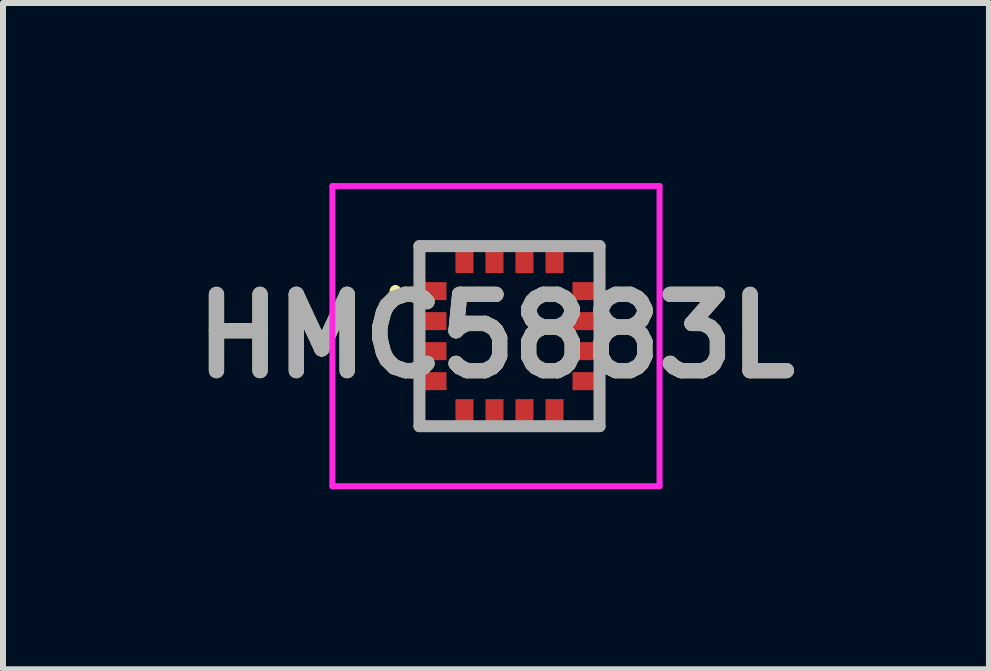
<source format=kicad_pcb>
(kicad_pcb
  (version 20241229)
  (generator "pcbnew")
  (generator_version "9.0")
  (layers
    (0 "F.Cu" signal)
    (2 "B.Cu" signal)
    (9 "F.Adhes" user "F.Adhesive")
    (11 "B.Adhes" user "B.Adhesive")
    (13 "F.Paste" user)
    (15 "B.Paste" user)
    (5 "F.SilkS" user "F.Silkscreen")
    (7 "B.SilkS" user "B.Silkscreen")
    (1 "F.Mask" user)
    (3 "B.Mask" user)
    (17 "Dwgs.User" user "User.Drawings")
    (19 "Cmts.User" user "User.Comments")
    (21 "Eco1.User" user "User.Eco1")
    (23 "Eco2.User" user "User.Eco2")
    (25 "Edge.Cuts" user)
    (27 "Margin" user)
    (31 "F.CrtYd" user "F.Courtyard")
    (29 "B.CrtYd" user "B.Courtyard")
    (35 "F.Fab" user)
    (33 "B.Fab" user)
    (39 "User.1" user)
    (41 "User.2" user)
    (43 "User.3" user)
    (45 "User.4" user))
  (footprint "HMC5883L"
    (layer "F.Cu")
    (at 5.438 2.55)
    (property "Reference" "HMC5883L" (at -0.225 0 0) (layer "F.SilkS") (effects (font (size 1.27 1.27) (thickness 0.254))))
    (attr smd)
    (fp_line (start -1.9 -0.8) (end -1.9 -0.8) (stroke (width 0.1) (type solid)) (layer "F.SilkS"))
    (fp_line (start -1.9 -0.7) (end -1.9 -0.7) (stroke (width 0.1) (type solid)) (layer "F.SilkS"))
    (fp_arc (start -1.9 -0.8) (mid -1.85 -0.75) (end -1.9 -0.7) (stroke (width 0.1) (type solid)) (layer "F.SilkS"))
    (fp_arc (start -1.9 -0.7) (mid -1.95 -0.75) (end -1.9 -0.8) (stroke (width 0.1) (type solid)) (layer "F.SilkS"))
    (fp_line (start -2.95 -2.5) (end 2.5 -2.5) (stroke (width 0.1) (type solid)) (layer "F.CrtYd"))
    (fp_line (start -2.95 2.5) (end -2.95 -2.5) (stroke (width 0.1) (type solid)) (layer "F.CrtYd"))
    (fp_line (start 2.5 -2.5) (end 2.5 2.5) (stroke (width 0.1) (type solid)) (layer "F.CrtYd"))
    (fp_line (start 2.5 2.5) (end -2.95 2.5) (stroke (width 0.1) (type solid)) (layer "F.CrtYd"))
    (fp_line (start -1.5 -1.5) (end 1.5 -1.5) (stroke (width 0.2) (type solid)) (layer "F.Fab"))
    (fp_line (start -1.5 1.5) (end -1.5 -1.5) (stroke (width 0.2) (type solid)) (layer "F.Fab"))
    (fp_line (start 1.5 -1.5) (end 1.5 1.5) (stroke (width 0.2) (type solid)) (layer "F.Fab"))
    (fp_line (start 1.5 1.5) (end -1.5 1.5) (stroke (width 0.2) (type solid)) (layer "F.Fab"))
    (fp_text user "${REFERENCE}" (at -0.225 0 0) (layer "F.Fab") (effects (font (size 1.27 1.27) (thickness 0.254))))
    (pad "1" smd rect (at -1.275 -0.75 90) (size 0.3 0.45) (layers "F.Cu" "F.Mask" "F.Paste"))
    (pad "2" smd rect (at -1.275 -0.25 90) (size 0.3 0.45) (layers "F.Cu" "F.Mask" "F.Paste"))
    (pad "3" smd rect (at -1.275 0.25 90) (size 0.3 0.45) (layers "F.Cu" "F.Mask" "F.Paste"))
    (pad "4" smd rect (at -1.275 0.75 90) (size 0.3 0.45) (layers "F.Cu" "F.Mask" "F.Paste"))
    (pad "5" smd rect (at -0.75 1.275) (size 0.3 0.45) (layers "F.Cu" "F.Mask" "F.Paste"))
    (pad "6" smd rect (at -0.25 1.275) (size 0.3 0.45) (layers "F.Cu" "F.Mask" "F.Paste"))
    (pad "7" smd rect (at 0.25 1.275) (size 0.3 0.45) (layers "F.Cu" "F.Mask" "F.Paste"))
    (pad "8" smd rect (at 0.75 1.275) (size 0.3 0.45) (layers "F.Cu" "F.Mask" "F.Paste"))
    (pad "9" smd rect (at 1.275 0.75 90) (size 0.3 0.45) (layers "F.Cu" "F.Mask" "F.Paste"))
    (pad "10" smd rect (at 1.275 0.25 90) (size 0.3 0.45) (layers "F.Cu" "F.Mask" "F.Paste"))
    (pad "11" smd rect (at 1.275 -0.25 90) (size 0.3 0.45) (layers "F.Cu" "F.Mask" "F.Paste"))
    (pad "12" smd rect (at 1.275 -0.75 90) (size 0.3 0.45) (layers "F.Cu" "F.Mask" "F.Paste"))
    (pad "13" smd rect (at 0.75 -1.275) (size 0.3 0.45) (layers "F.Cu" "F.Mask" "F.Paste"))
    (pad "14" smd rect (at 0.25 -1.275) (size 0.3 0.45) (layers "F.Cu" "F.Mask" "F.Paste"))
    (pad "15" smd rect (at -0.25 -1.275) (size 0.3 0.45) (layers "F.Cu" "F.Mask" "F.Paste"))
    (pad "16" smd rect (at -0.75 -1.275) (size 0.3 0.45) (layers "F.Cu" "F.Mask" "F.Paste")))
  (gr_rect
    (start -3 -3)
    (end 13.426 8.1)
    (stroke (width 0.1) (type default))
    (fill no)
    (layer "Edge.Cuts")))
</source>
